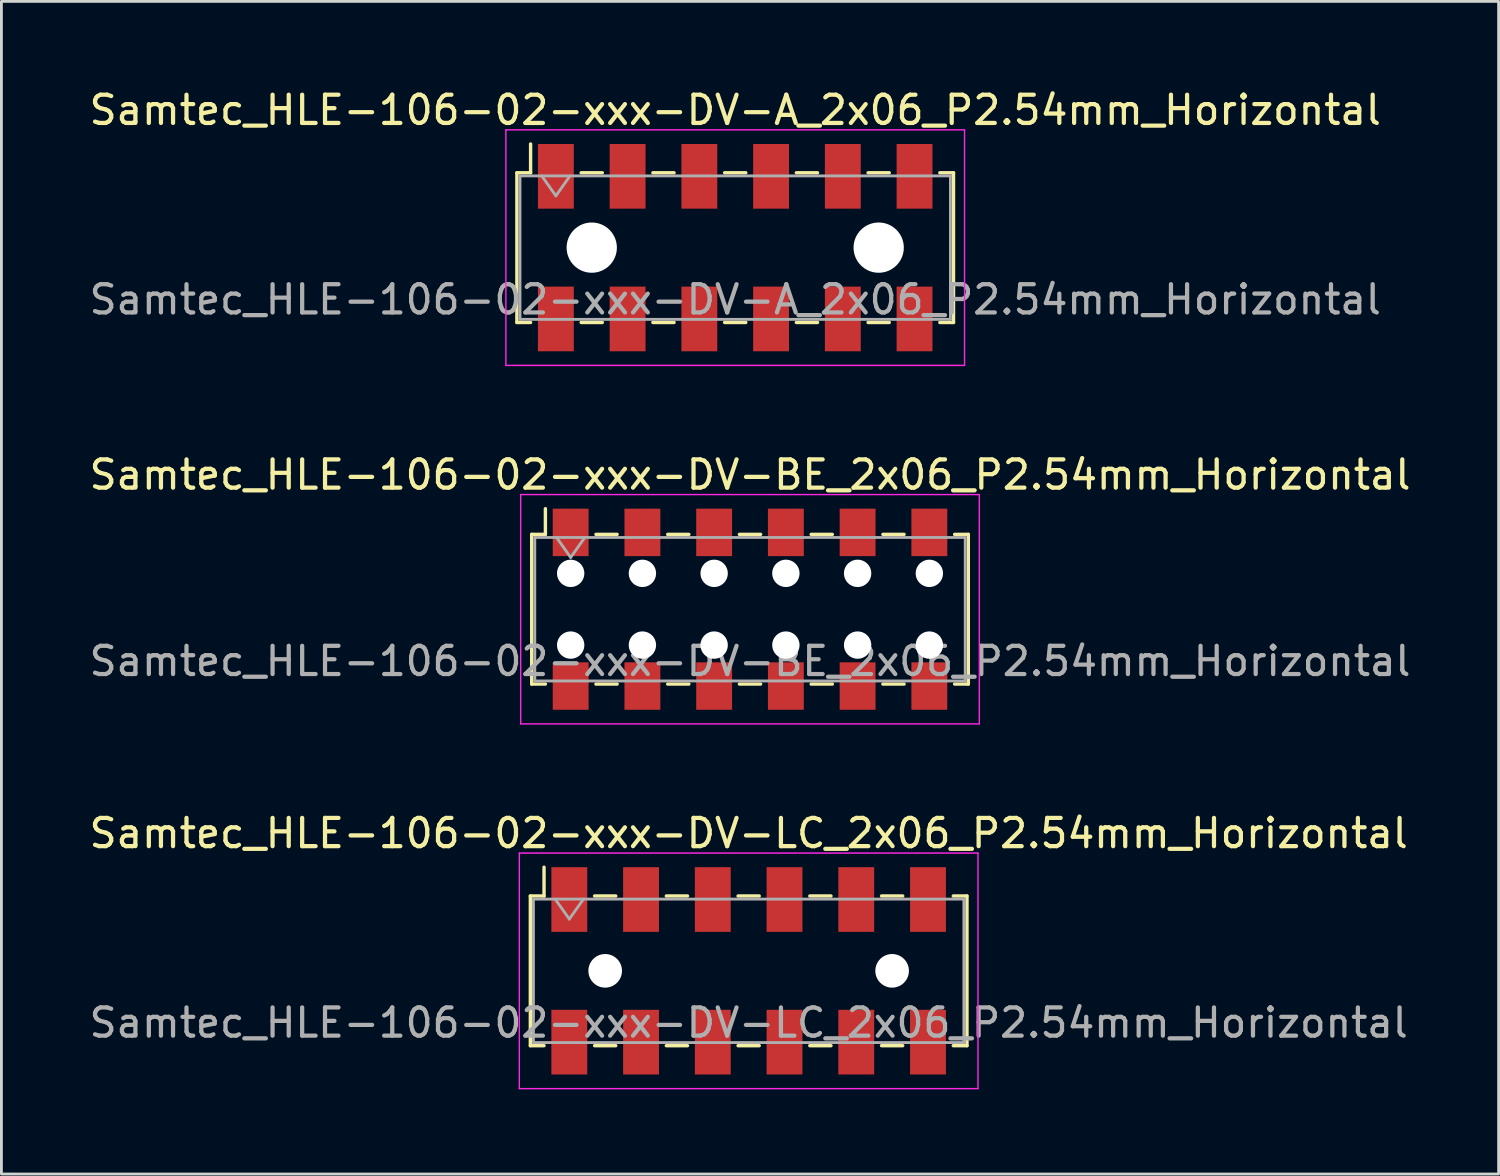
<source format=kicad_pcb>
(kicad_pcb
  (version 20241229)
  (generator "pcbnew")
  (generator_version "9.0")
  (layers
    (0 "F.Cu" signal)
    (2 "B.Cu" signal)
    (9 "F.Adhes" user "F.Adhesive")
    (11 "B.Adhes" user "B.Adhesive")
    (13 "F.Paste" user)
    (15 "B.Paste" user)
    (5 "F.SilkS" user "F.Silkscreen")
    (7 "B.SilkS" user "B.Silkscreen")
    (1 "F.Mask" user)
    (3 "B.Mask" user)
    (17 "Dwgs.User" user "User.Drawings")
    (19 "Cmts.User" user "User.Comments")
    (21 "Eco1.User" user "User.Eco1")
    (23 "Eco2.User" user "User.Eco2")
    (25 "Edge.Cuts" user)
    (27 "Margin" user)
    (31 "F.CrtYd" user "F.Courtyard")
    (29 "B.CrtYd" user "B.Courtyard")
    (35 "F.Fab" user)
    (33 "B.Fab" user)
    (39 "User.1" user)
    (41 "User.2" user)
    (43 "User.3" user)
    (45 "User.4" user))
  (footprint "Samtec_HLE-106-02-xxx-DV-BE_2x06_P2.54mm_Horizontal"
    (layer "F.Cu")
    (at 23.506 18.521)
    (property "Reference" "Samtec_HLE-106-02-xxx-DV-BE_2x06_P2.54mm_Horizontal" (at 0 -4.76 0) (layer "F.SilkS") (effects (font (size 1 1) (thickness 0.15))))
    (attr smd)
    (fp_line (start -7.73 -2.65) (end -7.73 2.65) (stroke (width 0.12) (type solid)) (layer "F.SilkS"))
    (fp_line (start -7.73 2.65) (end -7.245 2.65) (stroke (width 0.12) (type solid)) (layer "F.SilkS"))
    (fp_line (start -7.245 -3.56) (end -7.245 -2.65) (stroke (width 0.12) (type solid)) (layer "F.SilkS"))
    (fp_line (start -7.245 -2.65) (end -7.73 -2.65) (stroke (width 0.12) (type solid)) (layer "F.SilkS"))
    (fp_line (start -5.455 -2.65) (end -4.705 -2.65) (stroke (width 0.12) (type solid)) (layer "F.SilkS"))
    (fp_line (start -5.455 2.65) (end -4.705 2.65) (stroke (width 0.12) (type solid)) (layer "F.SilkS"))
    (fp_line (start -2.915 -2.65) (end -2.165 -2.65) (stroke (width 0.12) (type solid)) (layer "F.SilkS"))
    (fp_line (start -2.915 2.65) (end -2.165 2.65) (stroke (width 0.12) (type solid)) (layer "F.SilkS"))
    (fp_line (start -0.375 -2.65) (end 0.375 -2.65) (stroke (width 0.12) (type solid)) (layer "F.SilkS"))
    (fp_line (start -0.375 2.65) (end 0.375 2.65) (stroke (width 0.12) (type solid)) (layer "F.SilkS"))
    (fp_line (start 2.165 -2.65) (end 2.915 -2.65) (stroke (width 0.12) (type solid)) (layer "F.SilkS"))
    (fp_line (start 2.165 2.65) (end 2.915 2.65) (stroke (width 0.12) (type solid)) (layer "F.SilkS"))
    (fp_line (start 4.705 -2.65) (end 5.455 -2.65) (stroke (width 0.12) (type solid)) (layer "F.SilkS"))
    (fp_line (start 4.705 2.65) (end 5.455 2.65) (stroke (width 0.12) (type solid)) (layer "F.SilkS"))
    (fp_line (start 7.245 -2.65) (end 7.73 -2.65) (stroke (width 0.12) (type solid)) (layer "F.SilkS"))
    (fp_line (start 7.73 -2.65) (end 7.73 2.65) (stroke (width 0.12) (type solid)) (layer "F.SilkS"))
    (fp_line (start 7.73 2.65) (end 7.245 2.65) (stroke (width 0.12) (type solid)) (layer "F.SilkS"))
    (fp_line (start -8.12 -4.06) (end 8.12 -4.06) (stroke (width 0.05) (type solid)) (layer "F.CrtYd"))
    (fp_line (start -8.12 4.06) (end -8.12 -4.06) (stroke (width 0.05) (type solid)) (layer "F.CrtYd"))
    (fp_line (start 8.12 -4.06) (end 8.12 4.06) (stroke (width 0.05) (type solid)) (layer "F.CrtYd"))
    (fp_line (start 8.12 4.06) (end -8.12 4.06) (stroke (width 0.05) (type solid)) (layer "F.CrtYd"))
    (fp_line (start -7.62 -2.54) (end 7.62 -2.54) (stroke (width 0.1) (type solid)) (layer "F.Fab"))
    (fp_line (start -7.62 2.54) (end -7.62 -2.54) (stroke (width 0.1) (type solid)) (layer "F.Fab"))
    (fp_line (start -6.85 -2.54) (end -6.35 -1.833) (stroke (width 0.1) (type solid)) (layer "F.Fab"))
    (fp_line (start -6.35 -1.833) (end -5.85 -2.54) (stroke (width 0.1) (type solid)) (layer "F.Fab"))
    (fp_line (start 7.62 -2.54) (end 7.62 2.54) (stroke (width 0.1) (type solid)) (layer "F.Fab"))
    (fp_line (start 7.62 2.54) (end -7.62 2.54) (stroke (width 0.1) (type solid)) (layer "F.Fab"))
    (fp_text user "${REFERENCE}" (at 0 1.84 0) (layer "F.Fab") (effects (font (size 1 1) (thickness 0.15))))
    (pad "" np_thru_hole circle (at -6.35 -1.27) (size 0.97 0.97) (drill 0.97) (layers "*.Cu" "*.Mask"))
    (pad "" np_thru_hole circle (at -6.35 1.27) (size 0.97 0.97) (drill 0.97) (layers "*.Cu" "*.Mask"))
    (pad "" np_thru_hole circle (at -3.81 -1.27) (size 0.97 0.97) (drill 0.97) (layers "*.Cu" "*.Mask"))
    (pad "" np_thru_hole circle (at -3.81 1.27) (size 0.97 0.97) (drill 0.97) (layers "*.Cu" "*.Mask"))
    (pad "" np_thru_hole circle (at -1.27 -1.27) (size 0.97 0.97) (drill 0.97) (layers "*.Cu" "*.Mask"))
    (pad "" np_thru_hole circle (at -1.27 1.27) (size 0.97 0.97) (drill 0.97) (layers "*.Cu" "*.Mask"))
    (pad "" np_thru_hole circle (at 1.27 -1.27) (size 0.97 0.97) (drill 0.97) (layers "*.Cu" "*.Mask"))
    (pad "" np_thru_hole circle (at 1.27 1.27) (size 0.97 0.97) (drill 0.97) (layers "*.Cu" "*.Mask"))
    (pad "" np_thru_hole circle (at 3.81 -1.27) (size 0.97 0.97) (drill 0.97) (layers "*.Cu" "*.Mask"))
    (pad "" np_thru_hole circle (at 3.81 1.27) (size 0.97 0.97) (drill 0.97) (layers "*.Cu" "*.Mask"))
    (pad "" np_thru_hole circle (at 6.35 -1.27) (size 0.97 0.97) (drill 0.97) (layers "*.Cu" "*.Mask"))
    (pad "" np_thru_hole circle (at 6.35 1.27) (size 0.97 0.97) (drill 0.97) (layers "*.Cu" "*.Mask"))
    (pad "1" smd rect (at -6.35 -2.72) (size 1.27 1.68) (layers "F.Cu" "F.Mask" "F.Paste"))
    (pad "2" smd rect (at -6.35 2.72) (size 1.27 1.68) (layers "F.Cu" "F.Mask" "F.Paste"))
    (pad "3" smd rect (at -3.81 -2.72) (size 1.27 1.68) (layers "F.Cu" "F.Mask" "F.Paste"))
    (pad "4" smd rect (at -3.81 2.72) (size 1.27 1.68) (layers "F.Cu" "F.Mask" "F.Paste"))
    (pad "5" smd rect (at -1.27 -2.72) (size 1.27 1.68) (layers "F.Cu" "F.Mask" "F.Paste"))
    (pad "6" smd rect (at -1.27 2.72) (size 1.27 1.68) (layers "F.Cu" "F.Mask" "F.Paste"))
    (pad "7" smd rect (at 1.27 -2.72) (size 1.27 1.68) (layers "F.Cu" "F.Mask" "F.Paste"))
    (pad "8" smd rect (at 1.27 2.72) (size 1.27 1.68) (layers "F.Cu" "F.Mask" "F.Paste"))
    (pad "9" smd rect (at 3.81 -2.72) (size 1.27 1.68) (layers "F.Cu" "F.Mask" "F.Paste"))
    (pad "10" smd rect (at 3.81 2.72) (size 1.27 1.68) (layers "F.Cu" "F.Mask" "F.Paste"))
    (pad "11" smd rect (at 6.35 -2.72) (size 1.27 1.68) (layers "F.Cu" "F.Mask" "F.Paste"))
    (pad "12" smd rect (at 6.35 2.72) (size 1.27 1.68) (layers "F.Cu" "F.Mask" "F.Paste")))
  (footprint "Samtec_HLE-106-02-xxx-DV-LC_2x06_P2.54mm_Horizontal"
    (layer "F.Cu")
    (at 23.458 31.325)
    (property "Reference" "Samtec_HLE-106-02-xxx-DV-LC_2x06_P2.54mm_Horizontal" (at 0 -4.87 0) (layer "F.SilkS") (effects (font (size 1 1) (thickness 0.15))))
    (attr smd)
    (fp_line (start -7.73 -2.65) (end -7.73 2.65) (stroke (width 0.12) (type solid)) (layer "F.SilkS"))
    (fp_line (start -7.73 2.65) (end -7.245 2.65) (stroke (width 0.12) (type solid)) (layer "F.SilkS"))
    (fp_line (start -7.245 -3.67) (end -7.245 -2.65) (stroke (width 0.12) (type solid)) (layer "F.SilkS"))
    (fp_line (start -7.245 -2.65) (end -7.73 -2.65) (stroke (width 0.12) (type solid)) (layer "F.SilkS"))
    (fp_line (start -5.455 -2.65) (end -4.705 -2.65) (stroke (width 0.12) (type solid)) (layer "F.SilkS"))
    (fp_line (start -5.455 2.65) (end -4.705 2.65) (stroke (width 0.12) (type solid)) (layer "F.SilkS"))
    (fp_line (start -2.915 -2.65) (end -2.165 -2.65) (stroke (width 0.12) (type solid)) (layer "F.SilkS"))
    (fp_line (start -2.915 2.65) (end -2.165 2.65) (stroke (width 0.12) (type solid)) (layer "F.SilkS"))
    (fp_line (start -0.375 -2.65) (end 0.375 -2.65) (stroke (width 0.12) (type solid)) (layer "F.SilkS"))
    (fp_line (start -0.375 2.65) (end 0.375 2.65) (stroke (width 0.12) (type solid)) (layer "F.SilkS"))
    (fp_line (start 2.165 -2.65) (end 2.915 -2.65) (stroke (width 0.12) (type solid)) (layer "F.SilkS"))
    (fp_line (start 2.165 2.65) (end 2.915 2.65) (stroke (width 0.12) (type solid)) (layer "F.SilkS"))
    (fp_line (start 4.705 -2.65) (end 5.455 -2.65) (stroke (width 0.12) (type solid)) (layer "F.SilkS"))
    (fp_line (start 4.705 2.65) (end 5.455 2.65) (stroke (width 0.12) (type solid)) (layer "F.SilkS"))
    (fp_line (start 7.245 -2.65) (end 7.73 -2.65) (stroke (width 0.12) (type solid)) (layer "F.SilkS"))
    (fp_line (start 7.73 -2.65) (end 7.73 2.65) (stroke (width 0.12) (type solid)) (layer "F.SilkS"))
    (fp_line (start 7.73 2.65) (end 7.245 2.65) (stroke (width 0.12) (type solid)) (layer "F.SilkS"))
    (fp_line (start -8.12 -4.17) (end 8.12 -4.17) (stroke (width 0.05) (type solid)) (layer "F.CrtYd"))
    (fp_line (start -8.12 4.17) (end -8.12 -4.17) (stroke (width 0.05) (type solid)) (layer "F.CrtYd"))
    (fp_line (start 8.12 -4.17) (end 8.12 4.17) (stroke (width 0.05) (type solid)) (layer "F.CrtYd"))
    (fp_line (start 8.12 4.17) (end -8.12 4.17) (stroke (width 0.05) (type solid)) (layer "F.CrtYd"))
    (fp_line (start -7.62 -2.54) (end 7.62 -2.54) (stroke (width 0.1) (type solid)) (layer "F.Fab"))
    (fp_line (start -7.62 2.54) (end -7.62 -2.54) (stroke (width 0.1) (type solid)) (layer "F.Fab"))
    (fp_line (start -6.85 -2.54) (end -6.35 -1.833) (stroke (width 0.1) (type solid)) (layer "F.Fab"))
    (fp_line (start -6.35 -1.833) (end -5.85 -2.54) (stroke (width 0.1) (type solid)) (layer "F.Fab"))
    (fp_line (start 7.62 -2.54) (end 7.62 2.54) (stroke (width 0.1) (type solid)) (layer "F.Fab"))
    (fp_line (start 7.62 2.54) (end -7.62 2.54) (stroke (width 0.1) (type solid)) (layer "F.Fab"))
    (fp_text user "${REFERENCE}" (at 0 1.84 0) (layer "F.Fab") (effects (font (size 1 1) (thickness 0.15))))
    (pad "" np_thru_hole circle (at -5.08 0) (size 1.19 1.19) (drill 1.19) (layers "*.Cu" "*.Mask"))
    (pad "" np_thru_hole circle (at 5.08 0) (size 1.19 1.19) (drill 1.19) (layers "*.Cu" "*.Mask"))
    (pad "1" smd rect (at -6.35 -2.525) (size 1.27 2.29) (layers "F.Cu" "F.Mask" "F.Paste"))
    (pad "2" smd rect (at -6.35 2.525) (size 1.27 2.29) (layers "F.Cu" "F.Mask" "F.Paste"))
    (pad "3" smd rect (at -3.81 -2.525) (size 1.27 2.29) (layers "F.Cu" "F.Mask" "F.Paste"))
    (pad "4" smd rect (at -3.81 2.525) (size 1.27 2.29) (layers "F.Cu" "F.Mask" "F.Paste"))
    (pad "5" smd rect (at -1.27 -2.525) (size 1.27 2.29) (layers "F.Cu" "F.Mask" "F.Paste"))
    (pad "6" smd rect (at -1.27 2.525) (size 1.27 2.29) (layers "F.Cu" "F.Mask" "F.Paste"))
    (pad "7" smd rect (at 1.27 -2.525) (size 1.27 2.29) (layers "F.Cu" "F.Mask" "F.Paste"))
    (pad "8" smd rect (at 1.27 2.525) (size 1.27 2.29) (layers "F.Cu" "F.Mask" "F.Paste"))
    (pad "9" smd rect (at 3.81 -2.525) (size 1.27 2.29) (layers "F.Cu" "F.Mask" "F.Paste"))
    (pad "10" smd rect (at 3.81 2.525) (size 1.27 2.29) (layers "F.Cu" "F.Mask" "F.Paste"))
    (pad "11" smd rect (at 6.35 -2.525) (size 1.27 2.29) (layers "F.Cu" "F.Mask" "F.Paste"))
    (pad "12" smd rect (at 6.35 2.525) (size 1.27 2.29) (layers "F.Cu" "F.Mask" "F.Paste")))
  (footprint "Samtec_HLE-106-02-xxx-DV-A_2x06_P2.54mm_Horizontal"
    (layer "F.Cu")
    (at 22.982 5.718)
    (property "Reference" "Samtec_HLE-106-02-xxx-DV-A_2x06_P2.54mm_Horizontal" (at 0 -4.87 0) (layer "F.SilkS") (effects (font (size 1 1) (thickness 0.15))))
    (attr smd)
    (fp_line (start -7.73 -2.65) (end -7.73 2.65) (stroke (width 0.12) (type solid)) (layer "F.SilkS"))
    (fp_line (start -7.73 2.65) (end -7.245 2.65) (stroke (width 0.12) (type solid)) (layer "F.SilkS"))
    (fp_line (start -7.245 -3.67) (end -7.245 -2.65) (stroke (width 0.12) (type solid)) (layer "F.SilkS"))
    (fp_line (start -7.245 -2.65) (end -7.73 -2.65) (stroke (width 0.12) (type solid)) (layer "F.SilkS"))
    (fp_line (start -5.455 -2.65) (end -4.705 -2.65) (stroke (width 0.12) (type solid)) (layer "F.SilkS"))
    (fp_line (start -5.455 2.65) (end -4.705 2.65) (stroke (width 0.12) (type solid)) (layer "F.SilkS"))
    (fp_line (start -2.915 -2.65) (end -2.165 -2.65) (stroke (width 0.12) (type solid)) (layer "F.SilkS"))
    (fp_line (start -2.915 2.65) (end -2.165 2.65) (stroke (width 0.12) (type solid)) (layer "F.SilkS"))
    (fp_line (start -0.375 -2.65) (end 0.375 -2.65) (stroke (width 0.12) (type solid)) (layer "F.SilkS"))
    (fp_line (start -0.375 2.65) (end 0.375 2.65) (stroke (width 0.12) (type solid)) (layer "F.SilkS"))
    (fp_line (start 2.165 -2.65) (end 2.915 -2.65) (stroke (width 0.12) (type solid)) (layer "F.SilkS"))
    (fp_line (start 2.165 2.65) (end 2.915 2.65) (stroke (width 0.12) (type solid)) (layer "F.SilkS"))
    (fp_line (start 4.705 -2.65) (end 5.455 -2.65) (stroke (width 0.12) (type solid)) (layer "F.SilkS"))
    (fp_line (start 4.705 2.65) (end 5.455 2.65) (stroke (width 0.12) (type solid)) (layer "F.SilkS"))
    (fp_line (start 7.245 -2.65) (end 7.73 -2.65) (stroke (width 0.12) (type solid)) (layer "F.SilkS"))
    (fp_line (start 7.73 -2.65) (end 7.73 2.65) (stroke (width 0.12) (type solid)) (layer "F.SilkS"))
    (fp_line (start 7.73 2.65) (end 7.245 2.65) (stroke (width 0.12) (type solid)) (layer "F.SilkS"))
    (fp_line (start -8.12 -4.17) (end 8.12 -4.17) (stroke (width 0.05) (type solid)) (layer "F.CrtYd"))
    (fp_line (start -8.12 4.17) (end -8.12 -4.17) (stroke (width 0.05) (type solid)) (layer "F.CrtYd"))
    (fp_line (start 8.12 -4.17) (end 8.12 4.17) (stroke (width 0.05) (type solid)) (layer "F.CrtYd"))
    (fp_line (start 8.12 4.17) (end -8.12 4.17) (stroke (width 0.05) (type solid)) (layer "F.CrtYd"))
    (fp_line (start -7.62 -2.54) (end 7.62 -2.54) (stroke (width 0.1) (type solid)) (layer "F.Fab"))
    (fp_line (start -7.62 2.54) (end -7.62 -2.54) (stroke (width 0.1) (type solid)) (layer "F.Fab"))
    (fp_line (start -6.85 -2.54) (end -6.35 -1.833) (stroke (width 0.1) (type solid)) (layer "F.Fab"))
    (fp_line (start -6.35 -1.833) (end -5.85 -2.54) (stroke (width 0.1) (type solid)) (layer "F.Fab"))
    (fp_line (start 7.62 -2.54) (end 7.62 2.54) (stroke (width 0.1) (type solid)) (layer "F.Fab"))
    (fp_line (start 7.62 2.54) (end -7.62 2.54) (stroke (width 0.1) (type solid)) (layer "F.Fab"))
    (fp_text user "${REFERENCE}" (at 0 1.84 0) (layer "F.Fab") (effects (font (size 1 1) (thickness 0.15))))
    (pad "" np_thru_hole circle (at -5.08 0) (size 1.78 1.78) (drill 1.78) (layers "*.Cu" "*.Mask"))
    (pad "" np_thru_hole circle (at 5.08 0) (size 1.78 1.78) (drill 1.78) (layers "*.Cu" "*.Mask"))
    (pad "1" smd rect (at -6.35 -2.525) (size 1.27 2.29) (layers "F.Cu" "F.Mask" "F.Paste"))
    (pad "2" smd rect (at -6.35 2.525) (size 1.27 2.29) (layers "F.Cu" "F.Mask" "F.Paste"))
    (pad "3" smd rect (at -3.81 -2.525) (size 1.27 2.29) (layers "F.Cu" "F.Mask" "F.Paste"))
    (pad "4" smd rect (at -3.81 2.525) (size 1.27 2.29) (layers "F.Cu" "F.Mask" "F.Paste"))
    (pad "5" smd rect (at -1.27 -2.525) (size 1.27 2.29) (layers "F.Cu" "F.Mask" "F.Paste"))
    (pad "6" smd rect (at -1.27 2.525) (size 1.27 2.29) (layers "F.Cu" "F.Mask" "F.Paste"))
    (pad "7" smd rect (at 1.27 -2.525) (size 1.27 2.29) (layers "F.Cu" "F.Mask" "F.Paste"))
    (pad "8" smd rect (at 1.27 2.525) (size 1.27 2.29) (layers "F.Cu" "F.Mask" "F.Paste"))
    (pad "9" smd rect (at 3.81 -2.525) (size 1.27 2.29) (layers "F.Cu" "F.Mask" "F.Paste"))
    (pad "10" smd rect (at 3.81 2.525) (size 1.27 2.29) (layers "F.Cu" "F.Mask" "F.Paste"))
    (pad "11" smd rect (at 6.35 -2.525) (size 1.27 2.29) (layers "F.Cu" "F.Mask" "F.Paste"))
    (pad "12" smd rect (at 6.35 2.525) (size 1.27 2.29) (layers "F.Cu" "F.Mask" "F.Paste")))
  (gr_rect
    (start -3 -3)
    (end 50.012 38.52)
    (stroke (width 0.1) (type default))
    (fill no)
    (layer "Edge.Cuts")))
</source>
